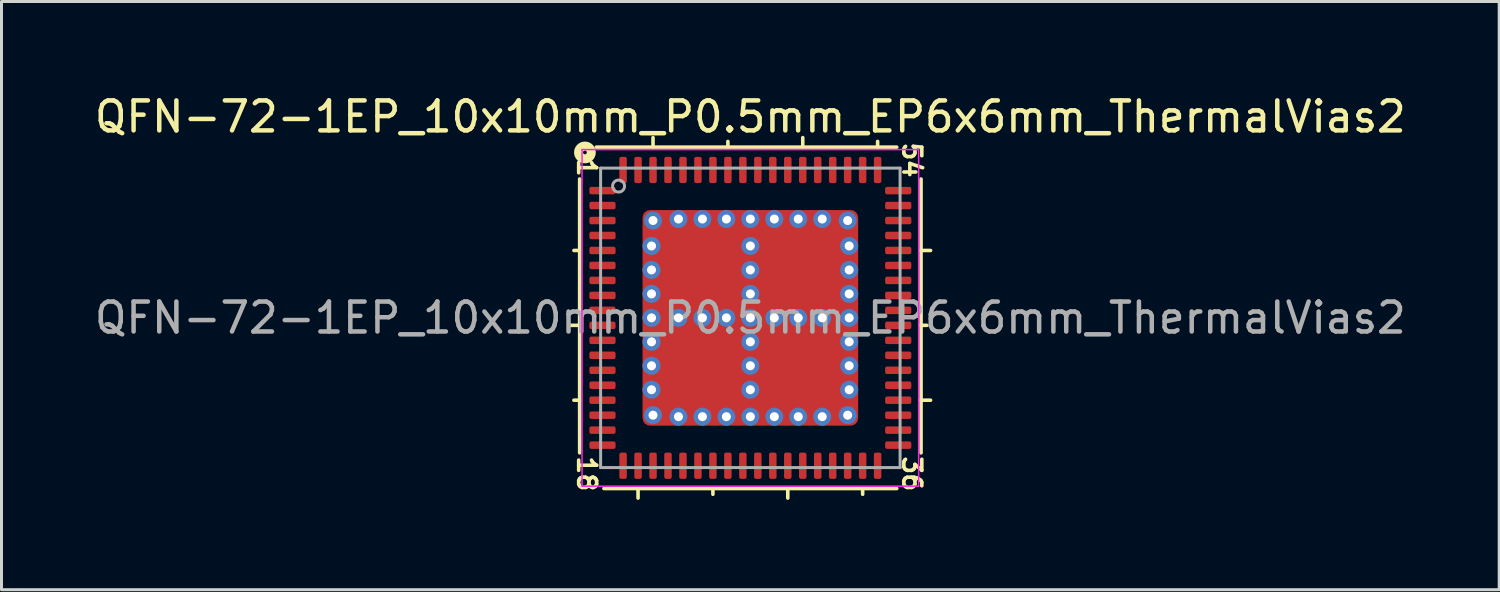
<source format=kicad_pcb>
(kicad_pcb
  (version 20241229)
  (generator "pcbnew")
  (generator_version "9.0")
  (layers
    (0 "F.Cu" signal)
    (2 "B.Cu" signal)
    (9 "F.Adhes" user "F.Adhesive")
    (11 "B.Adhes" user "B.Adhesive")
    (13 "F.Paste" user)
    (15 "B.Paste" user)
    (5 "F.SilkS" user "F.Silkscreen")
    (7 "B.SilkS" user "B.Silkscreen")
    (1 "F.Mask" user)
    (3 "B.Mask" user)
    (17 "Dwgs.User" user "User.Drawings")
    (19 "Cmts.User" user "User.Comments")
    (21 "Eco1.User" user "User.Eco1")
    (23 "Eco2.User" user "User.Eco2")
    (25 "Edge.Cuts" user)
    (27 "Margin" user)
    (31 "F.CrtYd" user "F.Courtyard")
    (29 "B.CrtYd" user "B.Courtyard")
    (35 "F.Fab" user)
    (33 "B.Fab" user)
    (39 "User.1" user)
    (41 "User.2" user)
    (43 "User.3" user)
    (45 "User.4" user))
  (footprint "QFN-72-1EP_10x10mm_P0.5mm_EP6x6mm_ThermalVias2"
    (layer "F.Cu")
    (at 22.006 7.564)
    (property "Reference" "QFN-72-1EP_10x10mm_P0.5mm_EP6x6mm_ThermalVias2" (at 0 -6.716 0) (layer "F.SilkS") (effects (font (size 1 1) (thickness 0.15))))
    (attr smd)
    (fp_line (start -5.7 -4.636) (end -5.7 4.508) (stroke (width 0.12) (type solid)) (layer "F.SilkS"))
    (fp_line (start -5.7 -2.25) (end -5.891 -2.25) (stroke (width 0.12) (type solid)) (layer "F.SilkS"))
    (fp_line (start -5.7 0.25) (end -6.018 0.25) (stroke (width 0.12) (type solid)) (layer "F.SilkS"))
    (fp_line (start -5.7 2.75) (end -5.891 2.75) (stroke (width 0.12) (type solid)) (layer "F.SilkS"))
    (fp_line (start -4.889 5.7) (end 4.889 5.7) (stroke (width 0.12) (type solid)) (layer "F.SilkS"))
    (fp_line (start -3.75 5.7) (end -3.75 6.018) (stroke (width 0.12) (type solid)) (layer "F.SilkS"))
    (fp_line (start -3.25 -5.7) (end -3.25 -6.018) (stroke (width 0.12) (type solid)) (layer "F.SilkS"))
    (fp_line (start -1.25 5.7) (end -1.25 5.891) (stroke (width 0.12) (type solid)) (layer "F.SilkS"))
    (fp_line (start -0.75 -5.7) (end -0.75 -5.891) (stroke (width 0.12) (type solid)) (layer "F.SilkS"))
    (fp_line (start 1.25 5.7) (end 1.25 6.018) (stroke (width 0.12) (type solid)) (layer "F.SilkS"))
    (fp_line (start 1.75 -5.7) (end 1.75 -6.018) (stroke (width 0.12) (type solid)) (layer "F.SilkS"))
    (fp_line (start 3.75 5.7) (end 3.75 5.891) (stroke (width 0.12) (type solid)) (layer "F.SilkS"))
    (fp_line (start 4.25 -5.7) (end 4.25 -5.891) (stroke (width 0.12) (type solid)) (layer "F.SilkS"))
    (fp_line (start 4.889 -5.7) (end -5.144 -5.7) (stroke (width 0.12) (type solid)) (layer "F.SilkS"))
    (fp_line (start 5.7 -2.25) (end 6.018 -2.25) (stroke (width 0.12) (type solid)) (layer "F.SilkS"))
    (fp_line (start 5.7 0.25) (end 5.891 0.25) (stroke (width 0.12) (type solid)) (layer "F.SilkS"))
    (fp_line (start 5.7 2.75) (end 6.018 2.75) (stroke (width 0.12) (type solid)) (layer "F.SilkS"))
    (fp_line (start 5.7 4.508) (end 5.7 -4.636) (stroke (width 0.12) (type solid)) (layer "F.SilkS"))
    (fp_circle (center -5.524 -5.524) (end -5.461 -5.524) (stroke (width 0.3) (type solid)) (fill no) (layer "F.SilkS"))
    (fp_line (start -5.62 -5.62) (end -5.62 5.62) (stroke (width 0.05) (type solid)) (layer "F.CrtYd"))
    (fp_line (start -5.62 5.62) (end 5.62 5.62) (stroke (width 0.05) (type solid)) (layer "F.CrtYd"))
    (fp_line (start 5.62 -5.62) (end -5.62 -5.62) (stroke (width 0.05) (type solid)) (layer "F.CrtYd"))
    (fp_line (start 5.62 5.62) (end 5.62 -5.62) (stroke (width 0.05) (type solid)) (layer "F.CrtYd"))
    (fp_line (start -5 -5) (end 5 -5) (stroke (width 0.1) (type solid)) (layer "F.Fab"))
    (fp_line (start -5 5) (end -5 -5) (stroke (width 0.1) (type solid)) (layer "F.Fab"))
    (fp_line (start 5 -5) (end 5 5) (stroke (width 0.1) (type solid)) (layer "F.Fab"))
    (fp_line (start 5 5) (end -5 5) (stroke (width 0.1) (type solid)) (layer "F.Fab"))
    (fp_circle (center -4.4 -4.4) (end -4.2 -4.4) (stroke (width 0.1) (type solid)) (fill no) (layer "F.Fab"))
    (fp_text user "18" (at -5.461 5.207 270) (unlocked yes) (layer "F.SilkS") (effects (font (size 0.6 0.6) (thickness 0.12))))
    (fp_text user "54" (at 5.397 -5.271 270) (unlocked yes) (layer "F.SilkS") (effects (font (size 0.6 0.6) (thickness 0.12))))
    (fp_text user "36" (at 5.397 5.207 270) (unlocked yes) (layer "F.SilkS") (effects (font (size 0.6 0.6) (thickness 0.12))))
    (fp_text user "1" (at -5.461 -5.016 270) (unlocked yes) (layer "F.SilkS") (effects (font (size 0.6 0.6) (thickness 0.12))))
    (fp_text user "${REFERENCE}" (at 0 0 0) (layer "F.Fab") (effects (font (size 1 1) (thickness 0.15))))
    (pad "" smd roundrect (at -2.3 -2.3) (size 1 1) (layers "F.Paste") (roundrect_rratio 0.25))
    (pad "" smd roundrect (at -2.3 -1) (size 1 1) (layers "F.Paste") (roundrect_rratio 0.25))
    (pad "" smd roundrect (at -2.3 1) (size 1 1) (layers "F.Paste") (roundrect_rratio 0.25))
    (pad "" smd roundrect (at -2.3 2.3) (size 1 1) (layers "F.Paste") (roundrect_rratio 0.25))
    (pad "" smd roundrect (at -1.65 -1.65 270) (size 2.7 2.7) (layers "F.Mask") (roundrect_rratio 0.093))
    (pad "" smd roundrect (at -1.65 1.65 270) (size 2.7 2.7) (layers "F.Mask") (roundrect_rratio 0.093))
    (pad "" smd roundrect (at -1 -2.3) (size 1 1) (layers "F.Paste") (roundrect_rratio 0.25))
    (pad "" smd roundrect (at -1 -1) (size 1 1) (layers "F.Paste") (roundrect_rratio 0.25))
    (pad "" smd roundrect (at -1 1) (size 1 1) (layers "F.Paste") (roundrect_rratio 0.25))
    (pad "" smd roundrect (at -1 2.3) (size 1 1) (layers "F.Paste") (roundrect_rratio 0.25))
    (pad "" smd roundrect (at 1 -2.3) (size 1 1) (layers "F.Paste") (roundrect_rratio 0.25))
    (pad "" smd roundrect (at 1 -1) (size 1 1) (layers "F.Paste") (roundrect_rratio 0.25))
    (pad "" smd roundrect (at 1 1) (size 1 1) (layers "F.Paste") (roundrect_rratio 0.25))
    (pad "" smd roundrect (at 1 2.3) (size 1 1) (layers "F.Paste") (roundrect_rratio 0.25))
    (pad "" smd roundrect (at 1.65 -1.65 270) (size 2.7 2.7) (layers "F.Mask") (roundrect_rratio 0.093))
    (pad "" smd roundrect (at 1.65 1.65 270) (size 2.7 2.7) (layers "F.Mask") (roundrect_rratio 0.093))
    (pad "" smd roundrect (at 2.3 -2.3) (size 1 1) (layers "F.Paste") (roundrect_rratio 0.25))
    (pad "" smd roundrect (at 2.3 -1) (size 1 1) (layers "F.Paste") (roundrect_rratio 0.25))
    (pad "" smd roundrect (at 2.3 1) (size 1 1) (layers "F.Paste") (roundrect_rratio 0.25))
    (pad "" smd roundrect (at 2.3 2.3) (size 1 1) (layers "F.Paste") (roundrect_rratio 0.25))
    (pad "1" smd roundrect (at -4.938 -4.25) (size 0.875 0.25) (layers "F.Cu" "F.Mask" "F.Paste") (roundrect_rratio 0.25))
    (pad "2" smd roundrect (at -4.938 -3.75) (size 0.875 0.25) (layers "F.Cu" "F.Mask" "F.Paste") (roundrect_rratio 0.25))
    (pad "3" smd roundrect (at -4.938 -3.25) (size 0.875 0.25) (layers "F.Cu" "F.Mask" "F.Paste") (roundrect_rratio 0.25))
    (pad "4" smd roundrect (at -4.938 -2.75) (size 0.875 0.25) (layers "F.Cu" "F.Mask" "F.Paste") (roundrect_rratio 0.25))
    (pad "5" smd roundrect (at -4.938 -2.25) (size 0.875 0.25) (layers "F.Cu" "F.Mask" "F.Paste") (roundrect_rratio 0.25))
    (pad "6" smd roundrect (at -4.938 -1.75) (size 0.875 0.25) (layers "F.Cu" "F.Mask" "F.Paste") (roundrect_rratio 0.25))
    (pad "7" smd roundrect (at -4.938 -1.25) (size 0.875 0.25) (layers "F.Cu" "F.Mask" "F.Paste") (roundrect_rratio 0.25))
    (pad "8" smd roundrect (at -4.938 -0.75) (size 0.875 0.25) (layers "F.Cu" "F.Mask" "F.Paste") (roundrect_rratio 0.25))
    (pad "9" smd roundrect (at -4.938 -0.25) (size 0.875 0.25) (layers "F.Cu" "F.Mask" "F.Paste") (roundrect_rratio 0.25))
    (pad "10" smd roundrect (at -4.938 0.25) (size 0.875 0.25) (layers "F.Cu" "F.Mask" "F.Paste") (roundrect_rratio 0.25))
    (pad "11" smd roundrect (at -4.938 0.75) (size 0.875 0.25) (layers "F.Cu" "F.Mask" "F.Paste") (roundrect_rratio 0.25))
    (pad "12" smd roundrect (at -4.938 1.25) (size 0.875 0.25) (layers "F.Cu" "F.Mask" "F.Paste") (roundrect_rratio 0.25))
    (pad "13" smd roundrect (at -4.938 1.75) (size 0.875 0.25) (layers "F.Cu" "F.Mask" "F.Paste") (roundrect_rratio 0.25))
    (pad "14" smd roundrect (at -4.938 2.25) (size 0.875 0.25) (layers "F.Cu" "F.Mask" "F.Paste") (roundrect_rratio 0.25))
    (pad "15" smd roundrect (at -4.938 2.75) (size 0.875 0.25) (layers "F.Cu" "F.Mask" "F.Paste") (roundrect_rratio 0.25))
    (pad "16" smd roundrect (at -4.938 3.25) (size 0.875 0.25) (layers "F.Cu" "F.Mask" "F.Paste") (roundrect_rratio 0.25))
    (pad "17" smd roundrect (at -4.938 3.75) (size 0.875 0.25) (layers "F.Cu" "F.Mask" "F.Paste") (roundrect_rratio 0.25))
    (pad "18" smd roundrect (at -4.938 4.25) (size 0.875 0.25) (layers "F.Cu" "F.Mask" "F.Paste") (roundrect_rratio 0.25))
    (pad "19" smd roundrect (at -4.25 4.938) (size 0.25 0.875) (layers "F.Cu" "F.Mask" "F.Paste") (roundrect_rratio 0.25))
    (pad "20" smd roundrect (at -3.75 4.938) (size 0.25 0.875) (layers "F.Cu" "F.Mask" "F.Paste") (roundrect_rratio 0.25))
    (pad "21" smd roundrect (at -3.25 4.938) (size 0.25 0.875) (layers "F.Cu" "F.Mask" "F.Paste") (roundrect_rratio 0.25))
    (pad "22" smd roundrect (at -2.75 4.938) (size 0.25 0.875) (layers "F.Cu" "F.Mask" "F.Paste") (roundrect_rratio 0.25))
    (pad "23" smd roundrect (at -2.25 4.938) (size 0.25 0.875) (layers "F.Cu" "F.Mask" "F.Paste") (roundrect_rratio 0.25))
    (pad "24" smd roundrect (at -1.75 4.938) (size 0.25 0.875) (layers "F.Cu" "F.Mask" "F.Paste") (roundrect_rratio 0.25))
    (pad "25" smd roundrect (at -1.25 4.938) (size 0.25 0.875) (layers "F.Cu" "F.Mask" "F.Paste") (roundrect_rratio 0.25))
    (pad "26" smd roundrect (at -0.75 4.938) (size 0.25 0.875) (layers "F.Cu" "F.Mask" "F.Paste") (roundrect_rratio 0.25))
    (pad "27" smd roundrect (at -0.25 4.938) (size 0.25 0.875) (layers "F.Cu" "F.Mask" "F.Paste") (roundrect_rratio 0.25))
    (pad "28" smd roundrect (at 0.25 4.938) (size 0.25 0.875) (layers "F.Cu" "F.Mask" "F.Paste") (roundrect_rratio 0.25))
    (pad "29" smd roundrect (at 0.75 4.938) (size 0.25 0.875) (layers "F.Cu" "F.Mask" "F.Paste") (roundrect_rratio 0.25))
    (pad "30" smd roundrect (at 1.25 4.938) (size 0.25 0.875) (layers "F.Cu" "F.Mask" "F.Paste") (roundrect_rratio 0.25))
    (pad "31" smd roundrect (at 1.75 4.938) (size 0.25 0.875) (layers "F.Cu" "F.Mask" "F.Paste") (roundrect_rratio 0.25))
    (pad "32" smd roundrect (at 2.25 4.938) (size 0.25 0.875) (layers "F.Cu" "F.Mask" "F.Paste") (roundrect_rratio 0.25))
    (pad "33" smd roundrect (at 2.75 4.938) (size 0.25 0.875) (layers "F.Cu" "F.Mask" "F.Paste") (roundrect_rratio 0.25))
    (pad "34" smd roundrect (at 3.25 4.938) (size 0.25 0.875) (layers "F.Cu" "F.Mask" "F.Paste") (roundrect_rratio 0.25))
    (pad "35" smd roundrect (at 3.75 4.938) (size 0.25 0.875) (layers "F.Cu" "F.Mask" "F.Paste") (roundrect_rratio 0.25))
    (pad "36" smd roundrect (at 4.25 4.938) (size 0.25 0.875) (layers "F.Cu" "F.Mask" "F.Paste") (roundrect_rratio 0.25))
    (pad "37" smd roundrect (at 4.938 4.25) (size 0.875 0.25) (layers "F.Cu" "F.Mask" "F.Paste") (roundrect_rratio 0.25))
    (pad "38" smd roundrect (at 4.938 3.75) (size 0.875 0.25) (layers "F.Cu" "F.Mask" "F.Paste") (roundrect_rratio 0.25))
    (pad "39" smd roundrect (at 4.938 3.25) (size 0.875 0.25) (layers "F.Cu" "F.Mask" "F.Paste") (roundrect_rratio 0.25))
    (pad "40" smd roundrect (at 4.938 2.75) (size 0.875 0.25) (layers "F.Cu" "F.Mask" "F.Paste") (roundrect_rratio 0.25))
    (pad "41" smd roundrect (at 4.938 2.25) (size 0.875 0.25) (layers "F.Cu" "F.Mask" "F.Paste") (roundrect_rratio 0.25))
    (pad "42" smd roundrect (at 4.938 1.75) (size 0.875 0.25) (layers "F.Cu" "F.Mask" "F.Paste") (roundrect_rratio 0.25))
    (pad "43" smd roundrect (at 4.938 1.25) (size 0.875 0.25) (layers "F.Cu" "F.Mask" "F.Paste") (roundrect_rratio 0.25))
    (pad "44" smd roundrect (at 4.938 0.75) (size 0.875 0.25) (layers "F.Cu" "F.Mask" "F.Paste") (roundrect_rratio 0.25))
    (pad "45" smd roundrect (at 4.938 0.25) (size 0.875 0.25) (layers "F.Cu" "F.Mask" "F.Paste") (roundrect_rratio 0.25))
    (pad "46" smd roundrect (at 4.938 -0.25) (size 0.875 0.25) (layers "F.Cu" "F.Mask" "F.Paste") (roundrect_rratio 0.25))
    (pad "47" smd roundrect (at 4.938 -0.75) (size 0.875 0.25) (layers "F.Cu" "F.Mask" "F.Paste") (roundrect_rratio 0.25))
    (pad "48" smd roundrect (at 4.938 -1.25) (size 0.875 0.25) (layers "F.Cu" "F.Mask" "F.Paste") (roundrect_rratio 0.25))
    (pad "49" smd roundrect (at 4.938 -1.75) (size 0.875 0.25) (layers "F.Cu" "F.Mask" "F.Paste") (roundrect_rratio 0.25))
    (pad "50" smd roundrect (at 4.938 -2.25) (size 0.875 0.25) (layers "F.Cu" "F.Mask" "F.Paste") (roundrect_rratio 0.25))
    (pad "51" smd roundrect (at 4.938 -2.75) (size 0.875 0.25) (layers "F.Cu" "F.Mask" "F.Paste") (roundrect_rratio 0.25))
    (pad "52" smd roundrect (at 4.938 -3.25) (size 0.875 0.25) (layers "F.Cu" "F.Mask" "F.Paste") (roundrect_rratio 0.25))
    (pad "53" smd roundrect (at 4.938 -3.75) (size 0.875 0.25) (layers "F.Cu" "F.Mask" "F.Paste") (roundrect_rratio 0.25))
    (pad "54" smd roundrect (at 4.938 -4.25) (size 0.875 0.25) (layers "F.Cu" "F.Mask" "F.Paste") (roundrect_rratio 0.25))
    (pad "55" smd roundrect (at 4.25 -4.938) (size 0.25 0.875) (layers "F.Cu" "F.Mask" "F.Paste") (roundrect_rratio 0.25))
    (pad "56" smd roundrect (at 3.75 -4.938) (size 0.25 0.875) (layers "F.Cu" "F.Mask" "F.Paste") (roundrect_rratio 0.25))
    (pad "57" smd roundrect (at 3.25 -4.938) (size 0.25 0.875) (layers "F.Cu" "F.Mask" "F.Paste") (roundrect_rratio 0.25))
    (pad "58" smd roundrect (at 2.75 -4.938) (size 0.25 0.875) (layers "F.Cu" "F.Mask" "F.Paste") (roundrect_rratio 0.25))
    (pad "59" smd roundrect (at 2.25 -4.938) (size 0.25 0.875) (layers "F.Cu" "F.Mask" "F.Paste") (roundrect_rratio 0.25))
    (pad "60" smd roundrect (at 1.75 -4.938) (size 0.25 0.875) (layers "F.Cu" "F.Mask" "F.Paste") (roundrect_rratio 0.25))
    (pad "61" smd roundrect (at 1.25 -4.938) (size 0.25 0.875) (layers "F.Cu" "F.Mask" "F.Paste") (roundrect_rratio 0.25))
    (pad "62" smd roundrect (at 0.75 -4.938) (size 0.25 0.875) (layers "F.Cu" "F.Mask" "F.Paste") (roundrect_rratio 0.25))
    (pad "63" smd roundrect (at 0.25 -4.938) (size 0.25 0.875) (layers "F.Cu" "F.Mask" "F.Paste") (roundrect_rratio 0.25))
    (pad "64" smd roundrect (at -0.25 -4.938) (size 0.25 0.875) (layers "F.Cu" "F.Mask" "F.Paste") (roundrect_rratio 0.25))
    (pad "65" smd roundrect (at -0.75 -4.938) (size 0.25 0.875) (layers "F.Cu" "F.Mask" "F.Paste") (roundrect_rratio 0.25))
    (pad "66" smd roundrect (at -1.25 -4.938) (size 0.25 0.875) (layers "F.Cu" "F.Mask" "F.Paste") (roundrect_rratio 0.25))
    (pad "67" smd roundrect (at -1.75 -4.938) (size 0.25 0.875) (layers "F.Cu" "F.Mask" "F.Paste") (roundrect_rratio 0.25))
    (pad "68" smd roundrect (at -2.25 -4.938) (size 0.25 0.875) (layers "F.Cu" "F.Mask" "F.Paste") (roundrect_rratio 0.25))
    (pad "69" smd roundrect (at -2.75 -4.938) (size 0.25 0.875) (layers "F.Cu" "F.Mask" "F.Paste") (roundrect_rratio 0.25))
    (pad "70" smd roundrect (at -3.25 -4.938) (size 0.25 0.875) (layers "F.Cu" "F.Mask" "F.Paste") (roundrect_rratio 0.25))
    (pad "71" smd roundrect (at -3.75 -4.938) (size 0.25 0.875) (layers "F.Cu" "F.Mask" "F.Paste") (roundrect_rratio 0.25))
    (pad "72" smd roundrect (at -4.25 -4.938) (size 0.25 0.875) (layers "F.Cu" "F.Mask" "F.Paste") (roundrect_rratio 0.25))
    (pad "73" thru_hole circle (at -3.3 -2.4 180) (size 0.6 0.6) (drill 0.3) (property pad_prop_heatsink) (layers "*.Cu" "*.Mask"))
    (pad "73" thru_hole circle (at -3.3 -1.6 180) (size 0.6 0.6) (drill 0.3) (property pad_prop_heatsink) (layers "*.Cu" "*.Mask"))
    (pad "73" thru_hole circle (at -3.3 -0.8 180) (size 0.6 0.6) (drill 0.3) (property pad_prop_heatsink) (layers "*.Cu" "*.Mask"))
    (pad "73" thru_hole circle (at -3.3 0 180) (size 0.6 0.6) (drill 0.3) (property pad_prop_heatsink) (layers "*.Cu" "*.Mask"))
    (pad "73" thru_hole circle (at -3.3 0.8 180) (size 0.6 0.6) (drill 0.3) (property pad_prop_heatsink) (layers "*.Cu" "*.Mask"))
    (pad "73" thru_hole circle (at -3.3 1.6 180) (size 0.6 0.6) (drill 0.3) (property pad_prop_heatsink) (layers "*.Cu" "*.Mask"))
    (pad "73" thru_hole circle (at -3.3 2.4 180) (size 0.6 0.6) (drill 0.3) (property pad_prop_heatsink) (layers "*.Cu" "*.Mask"))
    (pad "73" thru_hole circle (at -3.25 -3.25 180) (size 0.6 0.6) (drill 0.3) (property pad_prop_heatsink) (layers "*.Cu" "*.Mask"))
    (pad "73" thru_hole circle (at -3.25 3.25 180) (size 0.6 0.6) (drill 0.3) (property pad_prop_heatsink) (layers "*.Cu" "*.Mask"))
    (pad "73" thru_hole circle (at -2.4 -3.3 180) (size 0.6 0.6) (drill 0.3) (property pad_prop_heatsink) (layers "*.Cu" "*.Mask"))
    (pad "73" thru_hole circle (at -2.4 0 180) (size 0.6 0.6) (drill 0.3) (property pad_prop_heatsink) (layers "*.Cu" "*.Mask"))
    (pad "73" thru_hole circle (at -2.4 3.3 180) (size 0.6 0.6) (drill 0.3) (property pad_prop_heatsink) (layers "*.Cu" "*.Mask"))
    (pad "73" thru_hole circle (at -1.6 -3.3 180) (size 0.6 0.6) (drill 0.3) (property pad_prop_heatsink) (layers "*.Cu" "*.Mask"))
    (pad "73" thru_hole circle (at -1.6 0 180) (size 0.6 0.6) (drill 0.3) (property pad_prop_heatsink) (layers "*.Cu" "*.Mask"))
    (pad "73" thru_hole circle (at -1.6 3.3 180) (size 0.6 0.6) (drill 0.3) (property pad_prop_heatsink) (layers "*.Cu" "*.Mask"))
    (pad "73" thru_hole circle (at -0.8 -3.3 180) (size 0.6 0.6) (drill 0.3) (property pad_prop_heatsink) (layers "*.Cu" "*.Mask"))
    (pad "73" thru_hole circle (at -0.8 0 180) (size 0.6 0.6) (drill 0.3) (property pad_prop_heatsink) (layers "*.Cu" "*.Mask"))
    (pad "73" thru_hole circle (at -0.8 3.3 180) (size 0.6 0.6) (drill 0.3) (property pad_prop_heatsink) (layers "*.Cu" "*.Mask"))
    (pad "73" thru_hole circle (at 0 -3.3 180) (size 0.6 0.6) (drill 0.3) (property pad_prop_heatsink) (layers "*.Cu" "*.Mask"))
    (pad "73" thru_hole circle (at 0 -2.4 180) (size 0.6 0.6) (drill 0.3) (property pad_prop_heatsink) (layers "*.Cu" "*.Mask"))
    (pad "73" thru_hole circle (at 0 -1.6 180) (size 0.6 0.6) (drill 0.3) (property pad_prop_heatsink) (layers "*.Cu" "*.Mask"))
    (pad "73" thru_hole circle (at 0 -0.8 180) (size 0.6 0.6) (drill 0.3) (property pad_prop_heatsink) (layers "*.Cu" "*.Mask"))
    (pad "73" thru_hole circle (at 0 0 180) (size 0.6 0.6) (drill 0.3) (property pad_prop_heatsink) (layers "*.Cu" "*.Mask"))
    (pad "73" smd roundrect (at 0 0) (size 7.2 7.2) (layers "F.Cu") (roundrect_rratio 0.035))
    (pad "73" thru_hole circle (at 0 0.8 180) (size 0.6 0.6) (drill 0.3) (property pad_prop_heatsink) (layers "*.Cu" "*.Mask"))
    (pad "73" thru_hole circle (at 0 1.6 180) (size 0.6 0.6) (drill 0.3) (property pad_prop_heatsink) (layers "*.Cu" "*.Mask"))
    (pad "73" thru_hole circle (at 0 2.4 180) (size 0.6 0.6) (drill 0.3) (property pad_prop_heatsink) (layers "*.Cu" "*.Mask"))
    (pad "73" thru_hole circle (at 0 3.3 180) (size 0.6 0.6) (drill 0.3) (property pad_prop_heatsink) (layers "*.Cu" "*.Mask"))
    (pad "73" thru_hole circle (at 0.8 -3.3 180) (size 0.6 0.6) (drill 0.3) (property pad_prop_heatsink) (layers "*.Cu" "*.Mask"))
    (pad "73" thru_hole circle (at 0.8 0 180) (size 0.6 0.6) (drill 0.3) (property pad_prop_heatsink) (layers "*.Cu" "*.Mask"))
    (pad "73" thru_hole circle (at 0.8 3.3 180) (size 0.6 0.6) (drill 0.3) (property pad_prop_heatsink) (layers "*.Cu" "*.Mask"))
    (pad "73" thru_hole circle (at 1.6 -3.3 180) (size 0.6 0.6) (drill 0.3) (property pad_prop_heatsink) (layers "*.Cu" "*.Mask"))
    (pad "73" thru_hole circle (at 1.6 0 180) (size 0.6 0.6) (drill 0.3) (property pad_prop_heatsink) (layers "*.Cu" "*.Mask"))
    (pad "73" thru_hole circle (at 1.6 3.3 180) (size 0.6 0.6) (drill 0.3) (property pad_prop_heatsink) (layers "*.Cu" "*.Mask"))
    (pad "73" thru_hole circle (at 2.4 -3.3 180) (size 0.6 0.6) (drill 0.3) (property pad_prop_heatsink) (layers "*.Cu" "*.Mask"))
    (pad "73" thru_hole circle (at 2.4 0 180) (size 0.6 0.6) (drill 0.3) (property pad_prop_heatsink) (layers "*.Cu" "*.Mask"))
    (pad "73" thru_hole circle (at 2.4 3.3 180) (size 0.6 0.6) (drill 0.3) (property pad_prop_heatsink) (layers "*.Cu" "*.Mask"))
    (pad "73" thru_hole circle (at 3.25 -3.25 180) (size 0.6 0.6) (drill 0.3) (property pad_prop_heatsink) (layers "*.Cu" "*.Mask"))
    (pad "73" thru_hole circle (at 3.25 3.25 180) (size 0.6 0.6) (drill 0.3) (property pad_prop_heatsink) (layers "*.Cu" "*.Mask"))
    (pad "73" thru_hole circle (at 3.3 -2.4 180) (size 0.6 0.6) (drill 0.3) (property pad_prop_heatsink) (layers "*.Cu" "*.Mask"))
    (pad "73" thru_hole circle (at 3.3 -1.6 180) (size 0.6 0.6) (drill 0.3) (property pad_prop_heatsink) (layers "*.Cu" "*.Mask"))
    (pad "73" thru_hole circle (at 3.3 -0.8 180) (size 0.6 0.6) (drill 0.3) (property pad_prop_heatsink) (layers "*.Cu" "*.Mask"))
    (pad "73" thru_hole circle (at 3.3 0 180) (size 0.6 0.6) (drill 0.3) (property pad_prop_heatsink) (layers "*.Cu" "*.Mask"))
    (pad "73" thru_hole circle (at 3.3 0.8 180) (size 0.6 0.6) (drill 0.3) (property pad_prop_heatsink) (layers "*.Cu" "*.Mask"))
    (pad "73" thru_hole circle (at 3.3 1.6 180) (size 0.6 0.6) (drill 0.3) (property pad_prop_heatsink) (layers "*.Cu" "*.Mask"))
    (pad "73" thru_hole circle (at 3.3 2.4 180) (size 0.6 0.6) (drill 0.3) (property pad_prop_heatsink) (layers "*.Cu" "*.Mask")))
  (gr_rect
    (start -3 -3)
    (end 47.012 16.642)
    (stroke (width 0.1) (type default))
    (fill no)
    (layer "Edge.Cuts")))
</source>
